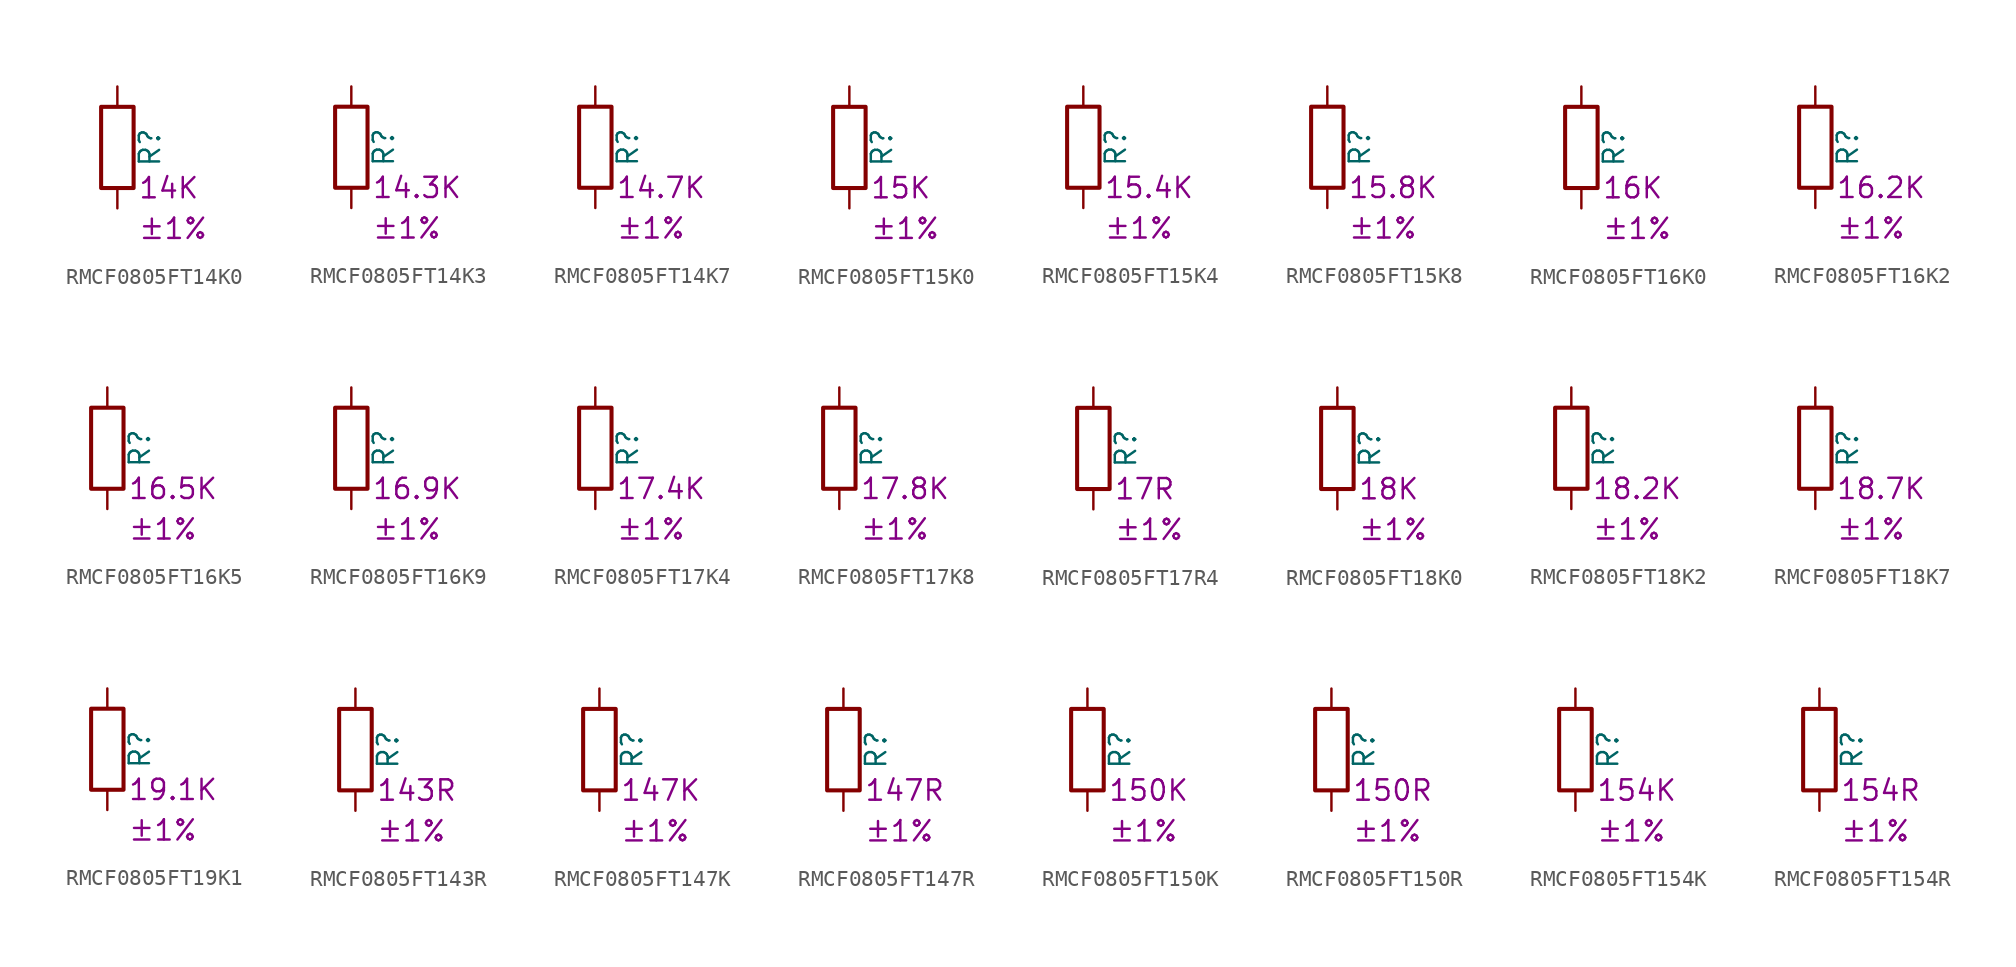
<source format=kicad_sym>
(kicad_symbol_lib
  (version 20220914)
  (generator kicad_symbol_editor)
  (symbol "RMCF0805FT14K0"
    (pin_numbers hide)
    (pin_names
      (offset 0))
    (property "Reference" "R"
      (at 2.032 0 90)
      (effects (font (size 1.27 1.27))))
    (property "Resistance" "14K"
      (at 1.27 -2.54 0)
      (effects (font (size 1.27 1.27)) (justify left)))
    (property "Tolerance" "±1%"
      (at 1.27 -5.08 0)
      (effects (font (size 1.27 1.27)) (justify left)))
    (symbol "RMCF0805FT14K0_0_1"
      (rectangle (start -1.016 -2.54) (end 1.016 2.54) (stroke (width 0.254) (type default)) (fill (type none))))
    (symbol "RMCF0805FT14K0_1_1"
      (pin passive line (at 0 3.81 270) (length 1.27) (name "~" (effects (font (size 1.27 1.27)))) (number "1" (effects (font (size 1.27 1.27)))))
      (pin passive line (at 0 -3.81 90) (length 1.27) (name "~" (effects (font (size 1.27 1.27)))) (number "2" (effects (font (size 1.27 1.27)))))))
  (symbol "RMCF0805FT14K3"
    (pin_numbers hide)
    (pin_names
      (offset 0))
    (property "Reference" "R"
      (at 2.032 0 90)
      (effects (font (size 1.27 1.27))))
    (property "Resistance" "14.3K"
      (at 1.27 -2.54 0)
      (effects (font (size 1.27 1.27)) (justify left)))
    (property "Tolerance" "±1%"
      (at 1.27 -5.08 0)
      (effects (font (size 1.27 1.27)) (justify left)))
    (symbol "RMCF0805FT14K3_0_1"
      (rectangle (start -1.016 -2.54) (end 1.016 2.54) (stroke (width 0.254) (type default)) (fill (type none))))
    (symbol "RMCF0805FT14K3_1_1"
      (pin passive line (at 0 3.81 270) (length 1.27) (name "~" (effects (font (size 1.27 1.27)))) (number "1" (effects (font (size 1.27 1.27)))))
      (pin passive line (at 0 -3.81 90) (length 1.27) (name "~" (effects (font (size 1.27 1.27)))) (number "2" (effects (font (size 1.27 1.27)))))))
  (symbol "RMCF0805FT14K7"
    (pin_numbers hide)
    (pin_names
      (offset 0))
    (property "Reference" "R"
      (at 2.032 0 90)
      (effects (font (size 1.27 1.27))))
    (property "Resistance" "14.7K"
      (at 1.27 -2.54 0)
      (effects (font (size 1.27 1.27)) (justify left)))
    (property "Tolerance" "±1%"
      (at 1.27 -5.08 0)
      (effects (font (size 1.27 1.27)) (justify left)))
    (symbol "RMCF0805FT14K7_0_1"
      (rectangle (start -1.016 -2.54) (end 1.016 2.54) (stroke (width 0.254) (type default)) (fill (type none))))
    (symbol "RMCF0805FT14K7_1_1"
      (pin passive line (at 0 3.81 270) (length 1.27) (name "~" (effects (font (size 1.27 1.27)))) (number "1" (effects (font (size 1.27 1.27)))))
      (pin passive line (at 0 -3.81 90) (length 1.27) (name "~" (effects (font (size 1.27 1.27)))) (number "2" (effects (font (size 1.27 1.27)))))))
  (symbol "RMCF0805FT15K0"
    (pin_numbers hide)
    (pin_names
      (offset 0))
    (property "Reference" "R"
      (at 2.032 0 90)
      (effects (font (size 1.27 1.27))))
    (property "Resistance" "15K"
      (at 1.27 -2.54 0)
      (effects (font (size 1.27 1.27)) (justify left)))
    (property "Tolerance" "±1%"
      (at 1.27 -5.08 0)
      (effects (font (size 1.27 1.27)) (justify left)))
    (symbol "RMCF0805FT15K0_0_1"
      (rectangle (start -1.016 -2.54) (end 1.016 2.54) (stroke (width 0.254) (type default)) (fill (type none))))
    (symbol "RMCF0805FT15K0_1_1"
      (pin passive line (at 0 3.81 270) (length 1.27) (name "~" (effects (font (size 1.27 1.27)))) (number "1" (effects (font (size 1.27 1.27)))))
      (pin passive line (at 0 -3.81 90) (length 1.27) (name "~" (effects (font (size 1.27 1.27)))) (number "2" (effects (font (size 1.27 1.27)))))))
  (symbol "RMCF0805FT15K4"
    (pin_numbers hide)
    (pin_names
      (offset 0))
    (property "Reference" "R"
      (at 2.032 0 90)
      (effects (font (size 1.27 1.27))))
    (property "Resistance" "15.4K"
      (at 1.27 -2.54 0)
      (effects (font (size 1.27 1.27)) (justify left)))
    (property "Tolerance" "±1%"
      (at 1.27 -5.08 0)
      (effects (font (size 1.27 1.27)) (justify left)))
    (symbol "RMCF0805FT15K4_0_1"
      (rectangle (start -1.016 -2.54) (end 1.016 2.54) (stroke (width 0.254) (type default)) (fill (type none))))
    (symbol "RMCF0805FT15K4_1_1"
      (pin passive line (at 0 3.81 270) (length 1.27) (name "~" (effects (font (size 1.27 1.27)))) (number "1" (effects (font (size 1.27 1.27)))))
      (pin passive line (at 0 -3.81 90) (length 1.27) (name "~" (effects (font (size 1.27 1.27)))) (number "2" (effects (font (size 1.27 1.27)))))))
  (symbol "RMCF0805FT15K8"
    (pin_numbers hide)
    (pin_names
      (offset 0))
    (property "Reference" "R"
      (at 2.032 0 90)
      (effects (font (size 1.27 1.27))))
    (property "Resistance" "15.8K"
      (at 1.27 -2.54 0)
      (effects (font (size 1.27 1.27)) (justify left)))
    (property "Tolerance" "±1%"
      (at 1.27 -5.08 0)
      (effects (font (size 1.27 1.27)) (justify left)))
    (symbol "RMCF0805FT15K8_0_1"
      (rectangle (start -1.016 -2.54) (end 1.016 2.54) (stroke (width 0.254) (type default)) (fill (type none))))
    (symbol "RMCF0805FT15K8_1_1"
      (pin passive line (at 0 3.81 270) (length 1.27) (name "~" (effects (font (size 1.27 1.27)))) (number "1" (effects (font (size 1.27 1.27)))))
      (pin passive line (at 0 -3.81 90) (length 1.27) (name "~" (effects (font (size 1.27 1.27)))) (number "2" (effects (font (size 1.27 1.27)))))))
  (symbol "RMCF0805FT16K0"
    (pin_numbers hide)
    (pin_names
      (offset 0))
    (property "Reference" "R"
      (at 2.032 0 90)
      (effects (font (size 1.27 1.27))))
    (property "Resistance" "16K"
      (at 1.27 -2.54 0)
      (effects (font (size 1.27 1.27)) (justify left)))
    (property "Tolerance" "±1%"
      (at 1.27 -5.08 0)
      (effects (font (size 1.27 1.27)) (justify left)))
    (symbol "RMCF0805FT16K0_0_1"
      (rectangle (start -1.016 -2.54) (end 1.016 2.54) (stroke (width 0.254) (type default)) (fill (type none))))
    (symbol "RMCF0805FT16K0_1_1"
      (pin passive line (at 0 3.81 270) (length 1.27) (name "~" (effects (font (size 1.27 1.27)))) (number "1" (effects (font (size 1.27 1.27)))))
      (pin passive line (at 0 -3.81 90) (length 1.27) (name "~" (effects (font (size 1.27 1.27)))) (number "2" (effects (font (size 1.27 1.27)))))))
  (symbol "RMCF0805FT16K2"
    (pin_numbers hide)
    (pin_names
      (offset 0))
    (property "Reference" "R"
      (at 2.032 0 90)
      (effects (font (size 1.27 1.27))))
    (property "Resistance" "16.2K"
      (at 1.27 -2.54 0)
      (effects (font (size 1.27 1.27)) (justify left)))
    (property "Tolerance" "±1%"
      (at 1.27 -5.08 0)
      (effects (font (size 1.27 1.27)) (justify left)))
    (symbol "RMCF0805FT16K2_0_1"
      (rectangle (start -1.016 -2.54) (end 1.016 2.54) (stroke (width 0.254) (type default)) (fill (type none))))
    (symbol "RMCF0805FT16K2_1_1"
      (pin passive line (at 0 3.81 270) (length 1.27) (name "~" (effects (font (size 1.27 1.27)))) (number "1" (effects (font (size 1.27 1.27)))))
      (pin passive line (at 0 -3.81 90) (length 1.27) (name "~" (effects (font (size 1.27 1.27)))) (number "2" (effects (font (size 1.27 1.27)))))))
  (symbol "RMCF0805FT16K5"
    (pin_numbers hide)
    (pin_names
      (offset 0))
    (property "Reference" "R"
      (at 2.032 0 90)
      (effects (font (size 1.27 1.27))))
    (property "Resistance" "16.5K"
      (at 1.27 -2.54 0)
      (effects (font (size 1.27 1.27)) (justify left)))
    (property "Tolerance" "±1%"
      (at 1.27 -5.08 0)
      (effects (font (size 1.27 1.27)) (justify left)))
    (symbol "RMCF0805FT16K5_0_1"
      (rectangle (start -1.016 -2.54) (end 1.016 2.54) (stroke (width 0.254) (type default)) (fill (type none))))
    (symbol "RMCF0805FT16K5_1_1"
      (pin passive line (at 0 3.81 270) (length 1.27) (name "~" (effects (font (size 1.27 1.27)))) (number "1" (effects (font (size 1.27 1.27)))))
      (pin passive line (at 0 -3.81 90) (length 1.27) (name "~" (effects (font (size 1.27 1.27)))) (number "2" (effects (font (size 1.27 1.27)))))))
  (symbol "RMCF0805FT16K9"
    (pin_numbers hide)
    (pin_names
      (offset 0))
    (property "Reference" "R"
      (at 2.032 0 90)
      (effects (font (size 1.27 1.27))))
    (property "Resistance" "16.9K"
      (at 1.27 -2.54 0)
      (effects (font (size 1.27 1.27)) (justify left)))
    (property "Tolerance" "±1%"
      (at 1.27 -5.08 0)
      (effects (font (size 1.27 1.27)) (justify left)))
    (symbol "RMCF0805FT16K9_0_1"
      (rectangle (start -1.016 -2.54) (end 1.016 2.54) (stroke (width 0.254) (type default)) (fill (type none))))
    (symbol "RMCF0805FT16K9_1_1"
      (pin passive line (at 0 3.81 270) (length 1.27) (name "~" (effects (font (size 1.27 1.27)))) (number "1" (effects (font (size 1.27 1.27)))))
      (pin passive line (at 0 -3.81 90) (length 1.27) (name "~" (effects (font (size 1.27 1.27)))) (number "2" (effects (font (size 1.27 1.27)))))))
  (symbol "RMCF0805FT17K4"
    (pin_numbers hide)
    (pin_names
      (offset 0))
    (property "Reference" "R"
      (at 2.032 0 90)
      (effects (font (size 1.27 1.27))))
    (property "Resistance" "17.4K"
      (at 1.27 -2.54 0)
      (effects (font (size 1.27 1.27)) (justify left)))
    (property "Tolerance" "±1%"
      (at 1.27 -5.08 0)
      (effects (font (size 1.27 1.27)) (justify left)))
    (symbol "RMCF0805FT17K4_0_1"
      (rectangle (start -1.016 -2.54) (end 1.016 2.54) (stroke (width 0.254) (type default)) (fill (type none))))
    (symbol "RMCF0805FT17K4_1_1"
      (pin passive line (at 0 3.81 270) (length 1.27) (name "~" (effects (font (size 1.27 1.27)))) (number "1" (effects (font (size 1.27 1.27)))))
      (pin passive line (at 0 -3.81 90) (length 1.27) (name "~" (effects (font (size 1.27 1.27)))) (number "2" (effects (font (size 1.27 1.27)))))))
  (symbol "RMCF0805FT17K8"
    (pin_numbers hide)
    (pin_names
      (offset 0))
    (property "Reference" "R"
      (at 2.032 0 90)
      (effects (font (size 1.27 1.27))))
    (property "Resistance" "17.8K"
      (at 1.27 -2.54 0)
      (effects (font (size 1.27 1.27)) (justify left)))
    (property "Tolerance" "±1%"
      (at 1.27 -5.08 0)
      (effects (font (size 1.27 1.27)) (justify left)))
    (symbol "RMCF0805FT17K8_0_1"
      (rectangle (start -1.016 -2.54) (end 1.016 2.54) (stroke (width 0.254) (type default)) (fill (type none))))
    (symbol "RMCF0805FT17K8_1_1"
      (pin passive line (at 0 3.81 270) (length 1.27) (name "~" (effects (font (size 1.27 1.27)))) (number "1" (effects (font (size 1.27 1.27)))))
      (pin passive line (at 0 -3.81 90) (length 1.27) (name "~" (effects (font (size 1.27 1.27)))) (number "2" (effects (font (size 1.27 1.27)))))))
  (symbol "RMCF0805FT17R4"
    (pin_numbers hide)
    (pin_names
      (offset 0))
    (property "Reference" "R"
      (at 2.032 0 90)
      (effects (font (size 1.27 1.27))))
    (property "Resistance" "17R"
      (at 1.27 -2.54 0)
      (effects (font (size 1.27 1.27)) (justify left)))
    (property "Tolerance" "±1%"
      (at 1.27 -5.08 0)
      (effects (font (size 1.27 1.27)) (justify left)))
    (symbol "RMCF0805FT17R4_0_1"
      (rectangle (start -1.016 -2.54) (end 1.016 2.54) (stroke (width 0.254) (type default)) (fill (type none))))
    (symbol "RMCF0805FT17R4_1_1"
      (pin passive line (at 0 3.81 270) (length 1.27) (name "~" (effects (font (size 1.27 1.27)))) (number "1" (effects (font (size 1.27 1.27)))))
      (pin passive line (at 0 -3.81 90) (length 1.27) (name "~" (effects (font (size 1.27 1.27)))) (number "2" (effects (font (size 1.27 1.27)))))))
  (symbol "RMCF0805FT18K0"
    (pin_numbers hide)
    (pin_names
      (offset 0))
    (property "Reference" "R"
      (at 2.032 0 90)
      (effects (font (size 1.27 1.27))))
    (property "Resistance" "18K"
      (at 1.27 -2.54 0)
      (effects (font (size 1.27 1.27)) (justify left)))
    (property "Tolerance" "±1%"
      (at 1.27 -5.08 0)
      (effects (font (size 1.27 1.27)) (justify left)))
    (symbol "RMCF0805FT18K0_0_1"
      (rectangle (start -1.016 -2.54) (end 1.016 2.54) (stroke (width 0.254) (type default)) (fill (type none))))
    (symbol "RMCF0805FT18K0_1_1"
      (pin passive line (at 0 3.81 270) (length 1.27) (name "~" (effects (font (size 1.27 1.27)))) (number "1" (effects (font (size 1.27 1.27)))))
      (pin passive line (at 0 -3.81 90) (length 1.27) (name "~" (effects (font (size 1.27 1.27)))) (number "2" (effects (font (size 1.27 1.27)))))))
  (symbol "RMCF0805FT18K2"
    (pin_numbers hide)
    (pin_names
      (offset 0))
    (property "Reference" "R"
      (at 2.032 0 90)
      (effects (font (size 1.27 1.27))))
    (property "Resistance" "18.2K"
      (at 1.27 -2.54 0)
      (effects (font (size 1.27 1.27)) (justify left)))
    (property "Tolerance" "±1%"
      (at 1.27 -5.08 0)
      (effects (font (size 1.27 1.27)) (justify left)))
    (symbol "RMCF0805FT18K2_0_1"
      (rectangle (start -1.016 -2.54) (end 1.016 2.54) (stroke (width 0.254) (type default)) (fill (type none))))
    (symbol "RMCF0805FT18K2_1_1"
      (pin passive line (at 0 3.81 270) (length 1.27) (name "~" (effects (font (size 1.27 1.27)))) (number "1" (effects (font (size 1.27 1.27)))))
      (pin passive line (at 0 -3.81 90) (length 1.27) (name "~" (effects (font (size 1.27 1.27)))) (number "2" (effects (font (size 1.27 1.27)))))))
  (symbol "RMCF0805FT18K7"
    (pin_numbers hide)
    (pin_names
      (offset 0))
    (property "Reference" "R"
      (at 2.032 0 90)
      (effects (font (size 1.27 1.27))))
    (property "Resistance" "18.7K"
      (at 1.27 -2.54 0)
      (effects (font (size 1.27 1.27)) (justify left)))
    (property "Tolerance" "±1%"
      (at 1.27 -5.08 0)
      (effects (font (size 1.27 1.27)) (justify left)))
    (symbol "RMCF0805FT18K7_0_1"
      (rectangle (start -1.016 -2.54) (end 1.016 2.54) (stroke (width 0.254) (type default)) (fill (type none))))
    (symbol "RMCF0805FT18K7_1_1"
      (pin passive line (at 0 3.81 270) (length 1.27) (name "~" (effects (font (size 1.27 1.27)))) (number "1" (effects (font (size 1.27 1.27)))))
      (pin passive line (at 0 -3.81 90) (length 1.27) (name "~" (effects (font (size 1.27 1.27)))) (number "2" (effects (font (size 1.27 1.27)))))))
  (symbol "RMCF0805FT19K1"
    (pin_numbers hide)
    (pin_names
      (offset 0))
    (property "Reference" "R"
      (at 2.032 0 90)
      (effects (font (size 1.27 1.27))))
    (property "Resistance" "19.1K"
      (at 1.27 -2.54 0)
      (effects (font (size 1.27 1.27)) (justify left)))
    (property "Tolerance" "±1%"
      (at 1.27 -5.08 0)
      (effects (font (size 1.27 1.27)) (justify left)))
    (symbol "RMCF0805FT19K1_0_1"
      (rectangle (start -1.016 -2.54) (end 1.016 2.54) (stroke (width 0.254) (type default)) (fill (type none))))
    (symbol "RMCF0805FT19K1_1_1"
      (pin passive line (at 0 3.81 270) (length 1.27) (name "~" (effects (font (size 1.27 1.27)))) (number "1" (effects (font (size 1.27 1.27)))))
      (pin passive line (at 0 -3.81 90) (length 1.27) (name "~" (effects (font (size 1.27 1.27)))) (number "2" (effects (font (size 1.27 1.27)))))))
  (symbol "RMCF0805FT143R"
    (pin_numbers hide)
    (pin_names
      (offset 0))
    (property "Reference" "R"
      (at 2.032 0 90)
      (effects (font (size 1.27 1.27))))
    (property "Resistance" "143R"
      (at 1.27 -2.54 0)
      (effects (font (size 1.27 1.27)) (justify left)))
    (property "Tolerance" "±1%"
      (at 1.27 -5.08 0)
      (effects (font (size 1.27 1.27)) (justify left)))
    (symbol "RMCF0805FT143R_0_1"
      (rectangle (start -1.016 -2.54) (end 1.016 2.54) (stroke (width 0.254) (type default)) (fill (type none))))
    (symbol "RMCF0805FT143R_1_1"
      (pin passive line (at 0 3.81 270) (length 1.27) (name "~" (effects (font (size 1.27 1.27)))) (number "1" (effects (font (size 1.27 1.27)))))
      (pin passive line (at 0 -3.81 90) (length 1.27) (name "~" (effects (font (size 1.27 1.27)))) (number "2" (effects (font (size 1.27 1.27)))))))
  (symbol "RMCF0805FT147K"
    (pin_numbers hide)
    (pin_names
      (offset 0))
    (property "Reference" "R"
      (at 2.032 0 90)
      (effects (font (size 1.27 1.27))))
    (property "Resistance" "147K"
      (at 1.27 -2.54 0)
      (effects (font (size 1.27 1.27)) (justify left)))
    (property "Tolerance" "±1%"
      (at 1.27 -5.08 0)
      (effects (font (size 1.27 1.27)) (justify left)))
    (symbol "RMCF0805FT147K_0_1"
      (rectangle (start -1.016 -2.54) (end 1.016 2.54) (stroke (width 0.254) (type default)) (fill (type none))))
    (symbol "RMCF0805FT147K_1_1"
      (pin passive line (at 0 3.81 270) (length 1.27) (name "~" (effects (font (size 1.27 1.27)))) (number "1" (effects (font (size 1.27 1.27)))))
      (pin passive line (at 0 -3.81 90) (length 1.27) (name "~" (effects (font (size 1.27 1.27)))) (number "2" (effects (font (size 1.27 1.27)))))))
  (symbol "RMCF0805FT147R"
    (pin_numbers hide)
    (pin_names
      (offset 0))
    (property "Reference" "R"
      (at 2.032 0 90)
      (effects (font (size 1.27 1.27))))
    (property "Resistance" "147R"
      (at 1.27 -2.54 0)
      (effects (font (size 1.27 1.27)) (justify left)))
    (property "Tolerance" "±1%"
      (at 1.27 -5.08 0)
      (effects (font (size 1.27 1.27)) (justify left)))
    (symbol "RMCF0805FT147R_0_1"
      (rectangle (start -1.016 -2.54) (end 1.016 2.54) (stroke (width 0.254) (type default)) (fill (type none))))
    (symbol "RMCF0805FT147R_1_1"
      (pin passive line (at 0 3.81 270) (length 1.27) (name "~" (effects (font (size 1.27 1.27)))) (number "1" (effects (font (size 1.27 1.27)))))
      (pin passive line (at 0 -3.81 90) (length 1.27) (name "~" (effects (font (size 1.27 1.27)))) (number "2" (effects (font (size 1.27 1.27)))))))
  (symbol "RMCF0805FT150K"
    (pin_numbers hide)
    (pin_names
      (offset 0))
    (property "Reference" "R"
      (at 2.032 0 90)
      (effects (font (size 1.27 1.27))))
    (property "Resistance" "150K"
      (at 1.27 -2.54 0)
      (effects (font (size 1.27 1.27)) (justify left)))
    (property "Tolerance" "±1%"
      (at 1.27 -5.08 0)
      (effects (font (size 1.27 1.27)) (justify left)))
    (symbol "RMCF0805FT150K_0_1"
      (rectangle (start -1.016 -2.54) (end 1.016 2.54) (stroke (width 0.254) (type default)) (fill (type none))))
    (symbol "RMCF0805FT150K_1_1"
      (pin passive line (at 0 3.81 270) (length 1.27) (name "~" (effects (font (size 1.27 1.27)))) (number "1" (effects (font (size 1.27 1.27)))))
      (pin passive line (at 0 -3.81 90) (length 1.27) (name "~" (effects (font (size 1.27 1.27)))) (number "2" (effects (font (size 1.27 1.27)))))))
  (symbol "RMCF0805FT150R"
    (pin_numbers hide)
    (pin_names
      (offset 0))
    (property "Reference" "R"
      (at 2.032 0 90)
      (effects (font (size 1.27 1.27))))
    (property "Resistance" "150R"
      (at 1.27 -2.54 0)
      (effects (font (size 1.27 1.27)) (justify left)))
    (property "Tolerance" "±1%"
      (at 1.27 -5.08 0)
      (effects (font (size 1.27 1.27)) (justify left)))
    (symbol "RMCF0805FT150R_0_1"
      (rectangle (start -1.016 -2.54) (end 1.016 2.54) (stroke (width 0.254) (type default)) (fill (type none))))
    (symbol "RMCF0805FT150R_1_1"
      (pin passive line (at 0 3.81 270) (length 1.27) (name "~" (effects (font (size 1.27 1.27)))) (number "1" (effects (font (size 1.27 1.27)))))
      (pin passive line (at 0 -3.81 90) (length 1.27) (name "~" (effects (font (size 1.27 1.27)))) (number "2" (effects (font (size 1.27 1.27)))))))
  (symbol "RMCF0805FT154K"
    (pin_numbers hide)
    (pin_names
      (offset 0))
    (property "Reference" "R"
      (at 2.032 0 90)
      (effects (font (size 1.27 1.27))))
    (property "Resistance" "154K"
      (at 1.27 -2.54 0)
      (effects (font (size 1.27 1.27)) (justify left)))
    (property "Tolerance" "±1%"
      (at 1.27 -5.08 0)
      (effects (font (size 1.27 1.27)) (justify left)))
    (symbol "RMCF0805FT154K_0_1"
      (rectangle (start -1.016 -2.54) (end 1.016 2.54) (stroke (width 0.254) (type default)) (fill (type none))))
    (symbol "RMCF0805FT154K_1_1"
      (pin passive line (at 0 3.81 270) (length 1.27) (name "~" (effects (font (size 1.27 1.27)))) (number "1" (effects (font (size 1.27 1.27)))))
      (pin passive line (at 0 -3.81 90) (length 1.27) (name "~" (effects (font (size 1.27 1.27)))) (number "2" (effects (font (size 1.27 1.27)))))))
  (symbol "RMCF0805FT154R"
    (pin_numbers hide)
    (pin_names
      (offset 0))
    (property "Reference" "R"
      (at 2.032 0 90)
      (effects (font (size 1.27 1.27))))
    (property "Resistance" "154R"
      (at 1.27 -2.54 0)
      (effects (font (size 1.27 1.27)) (justify left)))
    (property "Tolerance" "±1%"
      (at 1.27 -5.08 0)
      (effects (font (size 1.27 1.27)) (justify left)))
    (symbol "RMCF0805FT154R_0_1"
      (rectangle (start -1.016 -2.54) (end 1.016 2.54) (stroke (width 0.254) (type default)) (fill (type none))))
    (symbol "RMCF0805FT154R_1_1"
      (pin passive line (at 0 3.81 270) (length 1.27) (name "~" (effects (font (size 1.27 1.27)))) (number "1" (effects (font (size 1.27 1.27)))))
      (pin passive line (at 0 -3.81 90) (length 1.27) (name "~" (effects (font (size 1.27 1.27)))) (number "2" (effects (font (size 1.27 1.27))))))))
</source>
